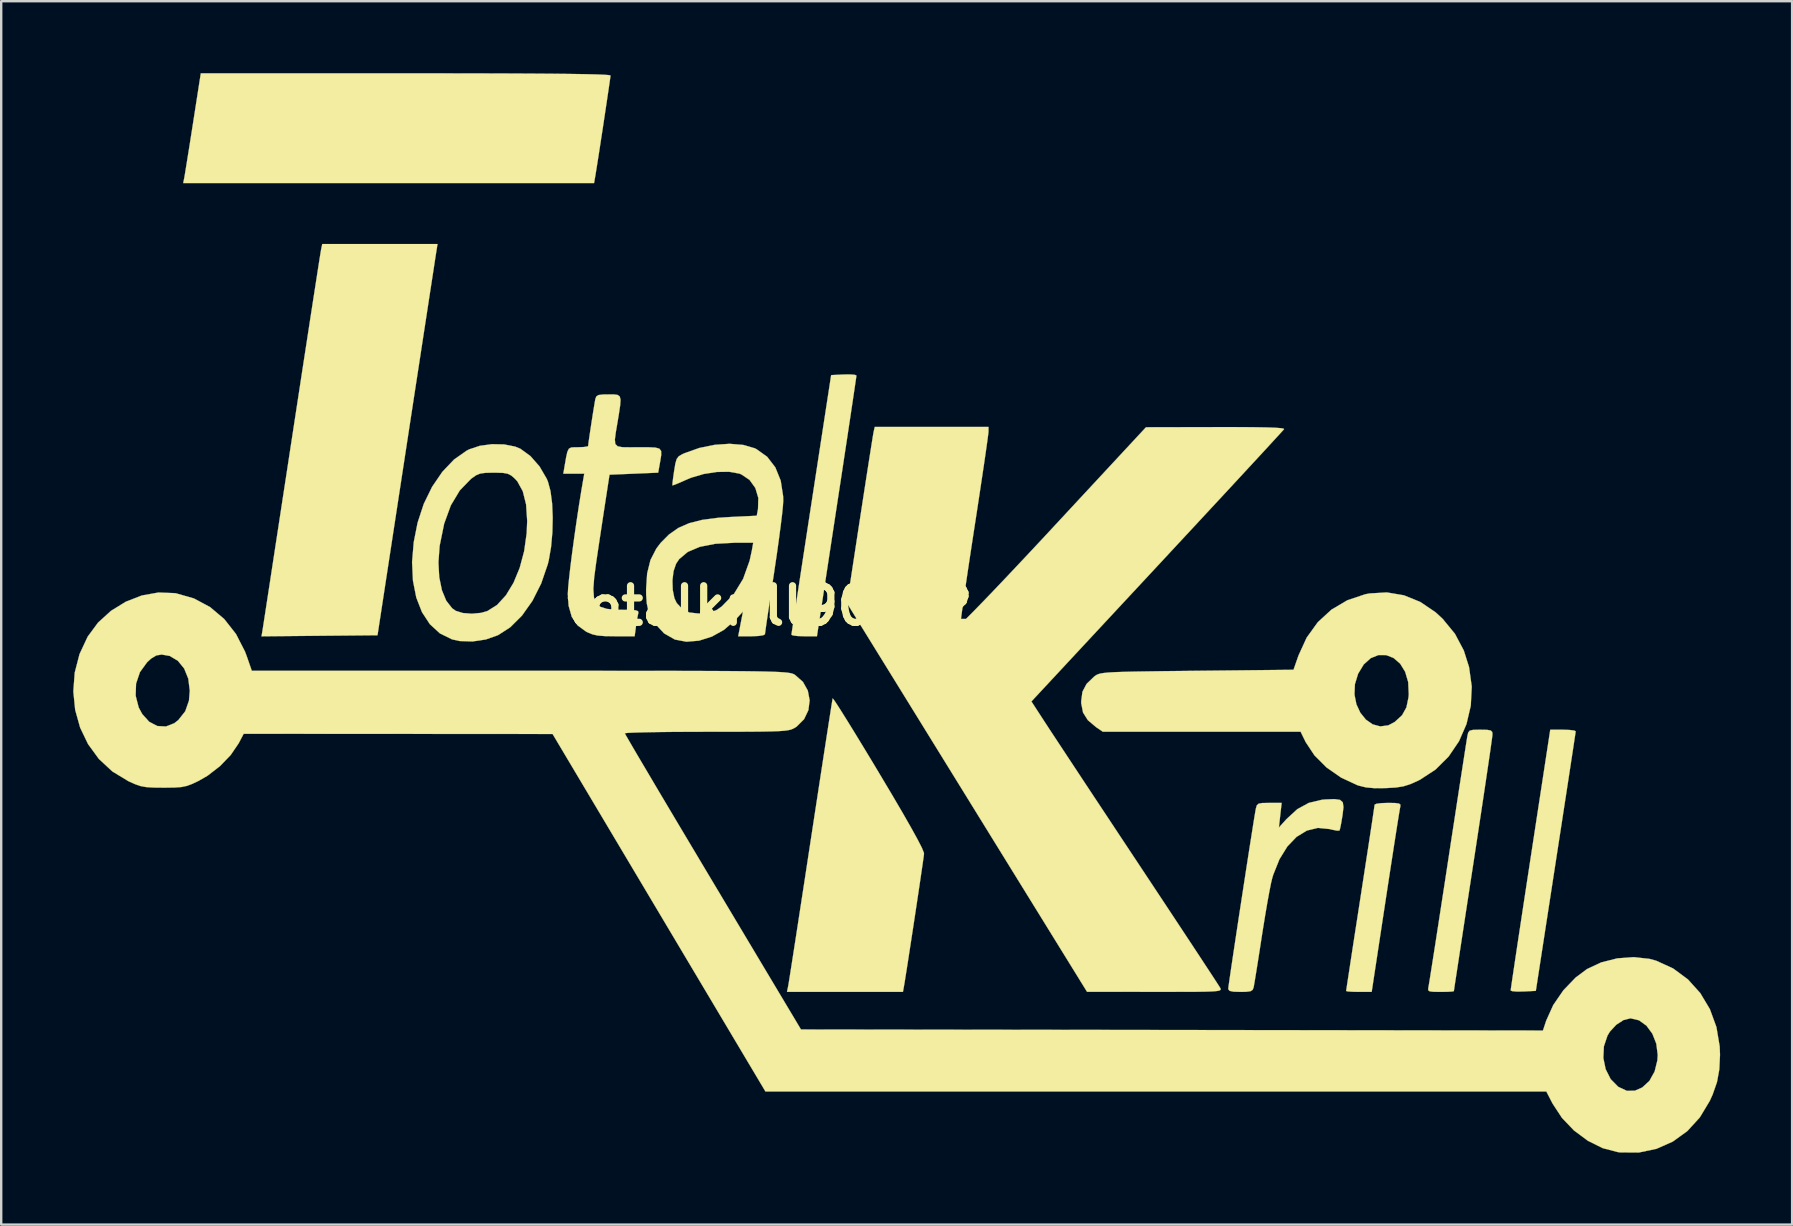
<source format=kicad_pcb>
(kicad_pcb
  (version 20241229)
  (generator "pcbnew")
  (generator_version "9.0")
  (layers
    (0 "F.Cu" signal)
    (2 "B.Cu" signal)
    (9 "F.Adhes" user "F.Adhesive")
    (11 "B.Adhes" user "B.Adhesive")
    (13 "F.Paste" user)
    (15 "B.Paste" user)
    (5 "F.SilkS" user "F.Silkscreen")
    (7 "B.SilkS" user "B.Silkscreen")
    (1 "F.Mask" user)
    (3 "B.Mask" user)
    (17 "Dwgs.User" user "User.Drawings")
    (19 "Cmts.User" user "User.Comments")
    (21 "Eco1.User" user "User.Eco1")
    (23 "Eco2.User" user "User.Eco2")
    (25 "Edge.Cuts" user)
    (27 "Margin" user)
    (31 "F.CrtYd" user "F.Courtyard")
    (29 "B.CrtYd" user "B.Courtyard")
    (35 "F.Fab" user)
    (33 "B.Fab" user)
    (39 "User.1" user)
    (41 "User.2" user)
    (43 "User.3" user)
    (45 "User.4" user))
  (footprint "totalkrill90x42_300"
    (layer "F.Cu")
    (at 31.783 22.188)
    (property "Reference" "totalkrill90x42_300" (at 0 0 0) (layer "F.SilkS") (effects (font (size 1.524 1.524) (thickness 0.3))))
    (attr through_hole)
    (fp_poly (pts (xy 0.785 -9.621) (xy 0.848 -9.593) (xy 0.836 -9.499) (xy 0.8 -9.253) (xy 0.743 -8.867) (xy 0.667 -8.357) (xy 0.574 -7.736) (xy 0.466 -7.019) (xy 0.344 -6.219) (xy 0.213 -5.351) (xy 0.072 -4.429) (xy 0.026 -4.128) (xy -0.797 1.27) (xy -1.33 1.27) (xy -1.604 1.261) (xy -1.796 1.237) (xy -1.86 1.206) (xy -1.847 1.114) (xy -1.81 0.868) (xy -1.752 0.483) (xy -1.674 -0.026) (xy -1.58 -0.646) (xy -1.471 -1.363) (xy -1.349 -2.161) (xy -1.216 -3.028) (xy -1.075 -3.948) (xy -1.031 -4.233) (xy -0.205 -9.61) (xy 0.321 -9.635) (xy 0.594 -9.638) (xy 0.785 -9.621)) (stroke (width 0.01) (type solid)) (fill yes) (layer "F.SilkS"))
    (fp_poly (pts (xy 30.561 5.174) (xy 30.752 5.198) (xy 30.815 5.228) (xy 30.802 5.321) (xy 30.765 5.566) (xy 30.707 5.951) (xy 30.629 6.461) (xy 30.535 7.081) (xy 30.425 7.797) (xy 30.302 8.596) (xy 30.169 9.462) (xy 30.027 10.382) (xy 29.983 10.668) (xy 29.154 16.044) (xy 28.632 16.07) (xy 28.359 16.073) (xy 28.169 16.056) (xy 28.106 16.027) (xy 28.118 15.934) (xy 28.154 15.687) (xy 28.211 15.302) (xy 28.287 14.792) (xy 28.38 14.171) (xy 28.489 13.453) (xy 28.61 12.654) (xy 28.742 11.786) (xy 28.883 10.864) (xy 28.929 10.562) (xy 29.755 5.165) (xy 30.287 5.165) (xy 30.561 5.174)) (stroke (width 0.01) (type solid)) (fill yes) (layer "F.SilkS"))
    (fp_poly (pts (xy -16.4 -22.182) (xy -15.032 -22.18) (xy -13.825 -22.177) (xy -12.773 -22.172) (xy -11.873 -22.166) (xy -11.12 -22.158) (xy -10.509 -22.149) (xy -10.036 -22.138) (xy -9.697 -22.125) (xy -9.486 -22.111) (xy -9.401 -22.095) (xy -9.398 -22.091) (xy -9.41 -21.989) (xy -9.444 -21.747) (xy -9.496 -21.394) (xy -9.561 -20.957) (xy -9.635 -20.464) (xy -9.713 -19.944) (xy -9.793 -19.425) (xy -9.868 -18.934) (xy -9.936 -18.499) (xy -9.992 -18.148) (xy -10.031 -17.909) (xy -10.035 -17.886) (xy -10.083 -17.611) (xy -18.641 -17.611) (xy -27.199 -17.611) (xy -27.153 -17.843) (xy -27.128 -17.99) (xy -27.081 -18.279) (xy -27.016 -18.682) (xy -26.937 -19.174) (xy -26.85 -19.728) (xy -26.787 -20.13) (xy -26.467 -22.183) (xy -17.933 -22.183) (xy -16.4 -22.182)) (stroke (width 0.01) (type solid)) (fill yes) (layer "F.SilkS"))
    (fp_poly (pts (xy 23.291 8.218) (xy 23.453 8.24) (xy 23.513 8.288) (xy 23.508 8.361) (xy 23.487 8.473) (xy 23.443 8.735) (xy 23.38 9.13) (xy 23.3 9.639) (xy 23.206 10.245) (xy 23.1 10.932) (xy 22.985 11.68) (xy 22.891 12.298) (xy 22.315 16.087) (xy 21.783 16.087) (xy 21.508 16.081) (xy 21.316 16.067) (xy 21.251 16.049) (xy 21.264 15.96) (xy 21.3 15.721) (xy 21.357 15.348) (xy 21.432 14.857) (xy 21.522 14.267) (xy 21.626 13.594) (xy 21.741 12.853) (xy 21.844 12.186) (xy 21.965 11.401) (xy 22.078 10.667) (xy 22.181 10.001) (xy 22.269 9.42) (xy 22.342 8.941) (xy 22.395 8.581) (xy 22.428 8.357) (xy 22.437 8.287) (xy 22.514 8.249) (xy 22.716 8.223) (xy 22.993 8.213) (xy 23.291 8.218)) (stroke (width 0.01) (type solid)) (fill yes) (layer "F.SilkS"))
    (fp_poly (pts (xy -16.649 -14.796) (xy -16.668 -14.673) (xy -16.711 -14.396) (xy -16.775 -13.975) (xy -16.86 -13.424) (xy -16.963 -12.753) (xy -17.082 -11.975) (xy -17.216 -11.103) (xy -17.362 -10.148) (xy -17.52 -9.122) (xy -17.686 -8.038) (xy -17.859 -6.907) (xy -17.899 -6.646) (xy -19.105 1.228) (xy -21.521 1.25) (xy -23.938 1.273) (xy -23.905 1.081) (xy -23.887 0.971) (xy -23.846 0.705) (xy -23.783 0.296) (xy -23.7 -0.244) (xy -23.599 -0.903) (xy -23.482 -1.669) (xy -23.35 -2.531) (xy -23.205 -3.476) (xy -23.05 -4.492) (xy -22.885 -5.567) (xy -22.714 -6.689) (xy -22.688 -6.858) (xy -22.515 -7.987) (xy -22.349 -9.072) (xy -22.192 -10.1) (xy -22.044 -11.059) (xy -21.909 -11.938) (xy -21.788 -12.723) (xy -21.682 -13.403) (xy -21.595 -13.966) (xy -21.527 -14.4) (xy -21.48 -14.693) (xy -21.457 -14.831) (xy -21.456 -14.838) (xy -21.407 -15.071) (xy -16.605 -15.071) (xy -16.649 -14.796)) (stroke (width 0.01) (type solid)) (fill yes) (layer "F.SilkS"))
    (fp_poly (pts (xy -0.095 3.913) (xy 0.03 4.098) (xy 0.223 4.4) (xy 0.476 4.805) (xy 0.78 5.298) (xy 1.126 5.866) (xy 1.506 6.493) (xy 1.78 6.95) (xy 2.321 7.857) (xy 2.77 8.623) (xy 3.127 9.248) (xy 3.394 9.732) (xy 3.57 10.075) (xy 3.655 10.28) (xy 3.664 10.329) (xy 3.649 10.454) (xy 3.611 10.722) (xy 3.555 11.106) (xy 3.485 11.582) (xy 3.404 12.125) (xy 3.316 12.71) (xy 3.225 13.311) (xy 3.134 13.904) (xy 3.048 14.463) (xy 2.971 14.964) (xy 2.905 15.38) (xy 2.856 15.688) (xy 2.835 15.812) (xy 2.786 16.087) (xy -2.045 16.087) (xy -1.997 15.854) (xy -1.976 15.733) (xy -1.932 15.458) (xy -1.867 15.045) (xy -1.783 14.506) (xy -1.682 13.857) (xy -1.567 13.111) (xy -1.44 12.282) (xy -1.302 11.385) (xy -1.157 10.433) (xy -1.057 9.779) (xy -0.908 8.804) (xy -0.766 7.878) (xy -0.634 7.015) (xy -0.513 6.227) (xy -0.405 5.529) (xy -0.313 4.935) (xy -0.238 4.457) (xy -0.184 4.111) (xy -0.151 3.908) (xy -0.142 3.86) (xy -0.095 3.913)) (stroke (width 0.01) (type solid)) (fill yes) (layer "F.SilkS"))
    (fp_poly (pts (xy 27.128 5.17) (xy 27.277 5.197) (xy 27.337 5.259) (xy 27.347 5.355) (xy 27.335 5.471) (xy 27.298 5.739) (xy 27.241 6.144) (xy 27.163 6.673) (xy 27.069 7.309) (xy 26.96 8.039) (xy 26.838 8.846) (xy 26.706 9.718) (xy 26.566 10.637) (xy 26.543 10.786) (xy 26.402 11.706) (xy 26.268 12.576) (xy 26.145 13.381) (xy 26.034 14.107) (xy 25.938 14.74) (xy 25.858 15.265) (xy 25.796 15.668) (xy 25.756 15.935) (xy 25.739 16.052) (xy 25.739 16.056) (xy 25.661 16.072) (xy 25.459 16.083) (xy 25.187 16.087) (xy 24.891 16.083) (xy 24.731 16.064) (xy 24.669 16.016) (xy 24.672 15.926) (xy 24.679 15.896) (xy 24.699 15.78) (xy 24.743 15.511) (xy 24.807 15.106) (xy 24.89 14.579) (xy 24.989 13.946) (xy 25.101 13.221) (xy 25.224 12.421) (xy 25.357 11.559) (xy 25.487 10.71) (xy 25.625 9.803) (xy 25.758 8.94) (xy 25.881 8.136) (xy 25.993 7.408) (xy 26.092 6.77) (xy 26.174 6.238) (xy 26.238 5.828) (xy 26.281 5.556) (xy 26.3 5.44) (xy 26.335 5.286) (xy 26.399 5.204) (xy 26.535 5.171) (xy 26.788 5.165) (xy 26.849 5.165) (xy 27.128 5.17)) (stroke (width 0.01) (type solid)) (fill yes) (layer "F.SilkS"))
    (fp_poly (pts (xy 20.996 8.087) (xy 21.112 8.189) (xy 21.139 8.388) (xy 21.102 8.71) (xy 21.094 8.762) (xy 21.045 9.054) (xy 21.001 9.271) (xy 20.971 9.368) (xy 20.97 9.368) (xy 20.875 9.369) (xy 20.675 9.331) (xy 20.555 9.302) (xy 20.074 9.254) (xy 19.614 9.366) (xy 19.186 9.627) (xy 18.803 10.027) (xy 18.474 10.558) (xy 18.213 11.208) (xy 18.171 11.349) (xy 18.119 11.567) (xy 18.049 11.922) (xy 17.965 12.382) (xy 17.874 12.916) (xy 17.781 13.492) (xy 17.739 13.758) (xy 17.652 14.323) (xy 17.571 14.84) (xy 17.5 15.283) (xy 17.444 15.626) (xy 17.407 15.841) (xy 17.397 15.896) (xy 17.355 16.003) (xy 17.264 16.06) (xy 17.08 16.083) (xy 16.847 16.087) (xy 16.556 16.078) (xy 16.4 16.045) (xy 16.343 15.98) (xy 16.341 15.952) (xy 16.353 15.844) (xy 16.389 15.59) (xy 16.444 15.211) (xy 16.516 14.727) (xy 16.601 14.16) (xy 16.696 13.531) (xy 16.798 12.86) (xy 16.904 12.169) (xy 17.01 11.479) (xy 17.113 10.81) (xy 17.21 10.184) (xy 17.299 9.622) (xy 17.374 9.144) (xy 17.434 8.772) (xy 17.476 8.527) (xy 17.491 8.445) (xy 17.528 8.317) (xy 17.601 8.247) (xy 17.753 8.218) (xy 18.028 8.213) (xy 18.052 8.213) (xy 18.564 8.213) (xy 18.506 8.726) (xy 18.448 9.24) (xy 18.763 8.891) (xy 19.215 8.475) (xy 19.695 8.212) (xy 20.238 8.083) (xy 20.39 8.069) (xy 20.764 8.055) (xy 20.996 8.087)) (stroke (width 0.01) (type solid)) (fill yes) (layer "F.SilkS"))
    (fp_poly (pts (xy -13.828 -6.722) (xy -13.372 -6.632) (xy -13.154 -6.543) (xy -12.734 -6.237) (xy -12.356 -5.807) (xy -12.058 -5.297) (xy -12.004 -5.171) (xy -11.898 -4.78) (xy -11.831 -4.267) (xy -11.806 -3.679) (xy -11.82 -3.059) (xy -11.874 -2.451) (xy -11.969 -1.9) (xy -12.009 -1.736) (xy -12.286 -0.928) (xy -12.65 -0.206) (xy -13.086 0.41) (xy -13.579 0.899) (xy -14.086 1.226) (xy -14.591 1.404) (xy -15.147 1.487) (xy -15.687 1.469) (xy -16.002 1.399) (xy -16.505 1.151) (xy -16.924 0.767) (xy -17.253 0.265) (xy -17.49 -0.344) (xy -17.628 -1.043) (xy -17.664 -1.804) (xy -16.567 -1.804) (xy -16.533 -1.19) (xy -16.423 -0.651) (xy -16.242 -0.212) (xy -15.997 0.103) (xy -15.846 0.21) (xy -15.552 0.302) (xy -15.176 0.331) (xy -14.793 0.296) (xy -14.532 0.222) (xy -14.123 -0.035) (xy -13.755 -0.436) (xy -13.438 -0.959) (xy -13.181 -1.579) (xy -12.995 -2.276) (xy -12.89 -3.026) (xy -12.869 -3.537) (xy -12.915 -4.223) (xy -13.053 -4.773) (xy -13.28 -5.185) (xy -13.381 -5.295) (xy -13.532 -5.426) (xy -13.679 -5.501) (xy -13.875 -5.536) (xy -14.174 -5.545) (xy -14.264 -5.546) (xy -14.6 -5.539) (xy -14.826 -5.508) (xy -15 -5.437) (xy -15.181 -5.309) (xy -15.211 -5.286) (xy -15.678 -4.804) (xy -16.05 -4.183) (xy -16.328 -3.421) (xy -16.512 -2.519) (xy -16.519 -2.469) (xy -16.567 -1.804) (xy -17.664 -1.804) (xy -17.665 -1.818) (xy -17.595 -2.654) (xy -17.434 -3.464) (xy -17.178 -4.244) (xy -16.829 -4.959) (xy -16.402 -5.583) (xy -15.917 -6.093) (xy -15.389 -6.464) (xy -15.282 -6.518) (xy -14.843 -6.664) (xy -14.338 -6.732) (xy -13.828 -6.722)) (stroke (width 0.01) (type solid)) (fill yes) (layer "F.SilkS"))
    (fp_poly (pts (xy 23.659 -0.436) (xy 24.341 -0.159) (xy 24.974 0.269) (xy 25.273 0.545) (xy 25.785 1.169) (xy 26.153 1.864) (xy 26.372 2.555) (xy 26.484 3.364) (xy 26.444 4.163) (xy 26.264 4.931) (xy 25.953 5.644) (xy 25.519 6.283) (xy 24.974 6.825) (xy 24.327 7.248) (xy 24.241 7.291) (xy 23.919 7.434) (xy 23.639 7.522) (xy 23.332 7.571) (xy 22.928 7.595) (xy 22.902 7.596) (xy 22.434 7.6) (xy 22.076 7.567) (xy 21.769 7.491) (xy 21.716 7.473) (xy 21.039 7.158) (xy 20.433 6.736) (xy 19.929 6.23) (xy 19.559 5.67) (xy 19.543 5.635) (xy 19.355 5.249) (xy 11.116 5.249) (xy 10.836 5.059) (xy 10.489 4.766) (xy 10.289 4.447) (xy 10.214 4.063) (xy 10.212 3.979) (xy 10.249 3.699) (xy 21.598 3.699) (xy 21.678 4.102) (xy 21.842 4.457) (xy 22.073 4.743) (xy 22.355 4.94) (xy 22.673 5.026) (xy 23.009 4.981) (xy 23.278 4.838) (xy 23.579 4.562) (xy 23.762 4.236) (xy 23.85 3.812) (xy 23.86 3.694) (xy 23.836 3.179) (xy 23.709 2.749) (xy 23.501 2.412) (xy 23.232 2.179) (xy 22.924 2.056) (xy 22.6 2.053) (xy 22.28 2.179) (xy 21.986 2.443) (xy 21.749 2.833) (xy 21.616 3.269) (xy 21.598 3.699) (xy 10.249 3.699) (xy 10.264 3.582) (xy 10.437 3.254) (xy 10.752 2.951) (xy 10.785 2.926) (xy 10.844 2.886) (xy 10.915 2.852) (xy 11.011 2.824) (xy 11.147 2.801) (xy 11.34 2.782) (xy 11.604 2.766) (xy 11.954 2.754) (xy 12.405 2.743) (xy 12.972 2.734) (xy 13.67 2.724) (xy 14.514 2.715) (xy 15.038 2.709) (xy 19.058 2.667) (xy 19.263 2.078) (xy 19.607 1.327) (xy 20.07 0.684) (xy 20.638 0.162) (xy 21.3 -0.229) (xy 22.041 -0.478) (xy 22.219 -0.513) (xy 22.946 -0.556) (xy 23.659 -0.436)) (stroke (width 0.01) (type solid)) (fill yes) (layer "F.SilkS"))
    (fp_poly (pts (xy -9.255 -8.805) (xy -9.102 -8.785) (xy -9.013 -8.721) (xy -8.98 -8.585) (xy -8.995 -8.352) (xy -9.048 -7.996) (xy -9.103 -7.662) (xy -9.178 -7.222) (xy -9.216 -6.924) (xy -9.198 -6.74) (xy -9.099 -6.643) (xy -8.9 -6.606) (xy -8.577 -6.602) (xy -8.255 -6.604) (xy -7.821 -6.604) (xy -7.532 -6.591) (xy -7.363 -6.546) (xy -7.288 -6.448) (xy -7.285 -6.279) (xy -7.327 -6.018) (xy -7.351 -5.884) (xy -7.411 -5.546) (xy -8.425 -5.503) (xy -9.439 -5.461) (xy -9.628 -4.233) (xy -9.717 -3.651) (xy -9.817 -2.99) (xy -9.916 -2.334) (xy -9.995 -1.8) (xy -10.078 -1.177) (xy -10.113 -0.701) (xy -10.088 -0.351) (xy -9.993 -0.108) (xy -9.816 0.046) (xy -9.548 0.13) (xy -9.177 0.165) (xy -8.88 0.169) (xy -8.543 0.173) (xy -8.344 0.189) (xy -8.252 0.225) (xy -8.235 0.287) (xy -8.242 0.318) (xy -8.278 0.489) (xy -8.321 0.748) (xy -8.338 0.868) (xy -8.392 1.27) (xy -9.221 1.27) (xy -9.635 1.264) (xy -9.93 1.24) (xy -10.153 1.19) (xy -10.356 1.106) (xy -10.417 1.075) (xy -10.772 0.815) (xy -11.011 0.463) (xy -11.143 0.001) (xy -11.176 -0.486) (xy -11.163 -0.737) (xy -11.125 -1.128) (xy -11.068 -1.63) (xy -10.994 -2.215) (xy -10.907 -2.856) (xy -10.811 -3.524) (xy -10.71 -4.192) (xy -10.607 -4.831) (xy -10.539 -5.228) (xy -10.491 -5.503) (xy -11.364 -5.503) (xy -11.31 -5.821) (xy -11.247 -6.185) (xy -11.195 -6.415) (xy -11.133 -6.541) (xy -11.038 -6.594) (xy -10.888 -6.605) (xy -10.746 -6.604) (xy -10.507 -6.614) (xy -10.356 -6.639) (xy -10.329 -6.657) (xy -10.317 -6.768) (xy -10.284 -7.003) (xy -10.237 -7.32) (xy -10.183 -7.675) (xy -10.128 -8.028) (xy -10.078 -8.334) (xy -10.041 -8.551) (xy -10.029 -8.615) (xy -9.988 -8.722) (xy -9.898 -8.779) (xy -9.715 -8.802) (xy -9.481 -8.805) (xy -9.255 -8.805)) (stroke (width 0.01) (type solid)) (fill yes) (layer "F.SilkS"))
    (fp_poly (pts (xy 6.35 -7.254) (xy 6.337 -7.131) (xy 6.301 -6.859) (xy 6.244 -6.456) (xy 6.169 -5.937) (xy 6.077 -5.323) (xy 5.973 -4.629) (xy 5.858 -3.874) (xy 5.756 -3.211) (xy 5.635 -2.422) (xy 5.523 -1.682) (xy 5.423 -1.01) (xy 5.337 -0.421) (xy 5.268 0.066) (xy 5.218 0.435) (xy 5.189 0.669) (xy 5.184 0.748) (xy 5.244 0.707) (xy 5.409 0.551) (xy 5.67 0.291) (xy 6.017 -0.065) (xy 6.442 -0.505) (xy 6.933 -1.021) (xy 7.483 -1.603) (xy 8.082 -2.24) (xy 8.719 -2.922) (xy 9.059 -3.288) (xy 12.912 -7.438) (xy 15.816 -7.444) (xy 16.669 -7.444) (xy 17.36 -7.44) (xy 17.897 -7.431) (xy 18.286 -7.418) (xy 18.536 -7.399) (xy 18.654 -7.376) (xy 18.665 -7.359) (xy 18.6 -7.285) (xy 18.428 -7.096) (xy 18.157 -6.801) (xy 17.796 -6.408) (xy 17.352 -5.928) (xy 16.833 -5.367) (xy 16.249 -4.736) (xy 15.606 -4.044) (xy 14.915 -3.299) (xy 14.181 -2.51) (xy 13.415 -1.685) (xy 13.373 -1.64) (xy 8.138 3.987) (xy 8.755 4.936) (xy 8.907 5.169) (xy 9.144 5.528) (xy 9.455 6) (xy 9.831 6.57) (xy 10.262 7.223) (xy 10.74 7.946) (xy 11.255 8.723) (xy 11.796 9.541) (xy 12.356 10.386) (xy 12.645 10.822) (xy 13.192 11.648) (xy 13.713 12.435) (xy 14.2 13.172) (xy 14.645 13.846) (xy 15.041 14.446) (xy 15.379 14.961) (xy 15.653 15.378) (xy 15.853 15.685) (xy 15.973 15.872) (xy 16.005 15.923) (xy 16.024 15.967) (xy 16.018 16.003) (xy 15.97 16.031) (xy 15.864 16.051) (xy 15.683 16.066) (xy 15.411 16.076) (xy 15.032 16.082) (xy 14.529 16.084) (xy 13.886 16.085) (xy 13.274 16.085) (xy 10.456 16.083) (xy 5.457 7.99) (xy 0.458 -0.103) (xy 0.991 -3.586) (xy 1.107 -4.34) (xy 1.216 -5.048) (xy 1.316 -5.689) (xy 1.403 -6.246) (xy 1.475 -6.7) (xy 1.528 -7.033) (xy 1.561 -7.225) (xy 1.568 -7.26) (xy 1.612 -7.451) (xy 6.35 -7.451) (xy 6.35 -7.254)) (stroke (width 0.01) (type solid)) (fill yes) (layer "F.SilkS"))
    (fp_poly (pts (xy -3.866 -6.701) (xy -3.389 -6.562) (xy -3.323 -6.53) (xy -2.871 -6.208) (xy -2.53 -5.765) (xy -2.306 -5.213) (xy -2.206 -4.567) (xy -2.201 -4.376) (xy -2.214 -4.163) (xy -2.25 -3.809) (xy -2.307 -3.341) (xy -2.38 -2.784) (xy -2.466 -2.166) (xy -2.563 -1.513) (xy -2.582 -1.383) (xy -2.678 -0.752) (xy -2.766 -0.174) (xy -2.841 0.328) (xy -2.901 0.735) (xy -2.942 1.024) (xy -2.962 1.173) (xy -2.963 1.188) (xy -3.041 1.23) (xy -3.243 1.259) (xy -3.52 1.27) (xy -4.077 1.27) (xy -4.028 1.016) (xy -3.974 0.733) (xy -3.929 0.501) (xy -3.878 0.24) (xy -4.234 0.626) (xy -4.672 1.005) (xy -5.176 1.285) (xy -5.708 1.453) (xy -6.233 1.498) (xy -6.711 1.408) (xy -6.719 1.405) (xy -7.167 1.149) (xy -7.537 0.749) (xy -7.724 0.428) (xy -7.828 0.174) (xy -7.887 -0.101) (xy -7.912 -0.457) (xy -7.915 -0.677) (xy -7.89 -1.056) (xy -6.818 -1.056) (xy -6.805 -0.66) (xy -6.735 -0.313) (xy -6.638 -0.112) (xy -6.396 0.143) (xy -6.113 0.281) (xy -5.741 0.322) (xy -5.568 0.316) (xy -5.229 0.273) (xy -4.974 0.175) (xy -4.764 0.029) (xy -4.261 -0.484) (xy -3.873 -1.12) (xy -3.601 -1.879) (xy -3.508 -2.307) (xy -3.452 -2.625) (xy -4.248 -2.625) (xy -5.038 -2.582) (xy -5.681 -2.455) (xy -6.18 -2.243) (xy -6.535 -1.945) (xy -6.666 -1.75) (xy -6.772 -1.44) (xy -6.818 -1.056) (xy -7.89 -1.056) (xy -7.871 -1.349) (xy -7.732 -1.908) (xy -7.487 -2.385) (xy -7.308 -2.62) (xy -6.96 -2.971) (xy -6.573 -3.242) (xy -6.121 -3.441) (xy -5.576 -3.579) (xy -4.912 -3.666) (xy -4.383 -3.7) (xy -3.305 -3.751) (xy -3.252 -4.034) (xy -3.239 -4.491) (xy -3.363 -4.906) (xy -3.606 -5.245) (xy -3.951 -5.476) (xy -4.036 -5.508) (xy -4.457 -5.583) (xy -4.967 -5.575) (xy -5.511 -5.491) (xy -6.034 -5.337) (xy -6.215 -5.262) (xy -6.496 -5.137) (xy -6.708 -5.049) (xy -6.813 -5.015) (xy -6.818 -5.016) (xy -6.815 -5.104) (xy -6.79 -5.314) (xy -6.749 -5.603) (xy -6.746 -5.621) (xy -6.695 -5.929) (xy -6.64 -6.115) (xy -6.554 -6.228) (xy -6.408 -6.314) (xy -6.305 -6.36) (xy -5.697 -6.575) (xy -5.06 -6.705) (xy -4.437 -6.748) (xy -3.866 -6.701)) (stroke (width 0.01) (type solid)) (fill yes) (layer "F.SilkS"))
    (fp_poly (pts (xy -27.547 -0.526) (xy -27.498 -0.518) (xy -26.75 -0.304) (xy -26.076 0.058) (xy -25.49 0.554) (xy -25.001 1.176) (xy -24.624 1.911) (xy -24.54 2.138) (xy -24.342 2.709) (xy -13.166 2.71) (xy -11.564 2.71) (xy -10.122 2.71) (xy -8.832 2.711) (xy -7.686 2.711) (xy -6.674 2.713) (xy -5.788 2.715) (xy -5.018 2.718) (xy -4.357 2.722) (xy -3.796 2.727) (xy -3.325 2.733) (xy -2.936 2.741) (xy -2.621 2.75) (xy -2.371 2.76) (xy -2.176 2.773) (xy -2.029 2.787) (xy -1.92 2.803) (xy -1.841 2.821) (xy -1.784 2.841) (xy -1.738 2.864) (xy -1.714 2.878) (xy -1.381 3.169) (xy -1.177 3.535) (xy -1.101 3.941) (xy -1.153 4.349) (xy -1.333 4.725) (xy -1.641 5.033) (xy -1.714 5.08) (xy -1.79 5.122) (xy -1.877 5.157) (xy -1.992 5.184) (xy -2.153 5.206) (xy -2.375 5.222) (xy -2.675 5.233) (xy -3.071 5.241) (xy -3.578 5.246) (xy -4.214 5.248) (xy -4.995 5.249) (xy -5.397 5.249) (xy -6.138 5.251) (xy -6.824 5.255) (xy -7.435 5.262) (xy -7.956 5.271) (xy -8.367 5.282) (xy -8.651 5.294) (xy -8.791 5.308) (xy -8.802 5.313) (xy -8.759 5.394) (xy -8.635 5.609) (xy -8.438 5.948) (xy -8.172 6.4) (xy -7.844 6.954) (xy -7.462 7.601) (xy -7.03 8.328) (xy -6.556 9.125) (xy -6.045 9.982) (xy -5.505 10.887) (xy -5.13 11.515) (xy -1.462 17.653) (xy 13.994 17.674) (xy 29.45 17.696) (xy 29.589 17.278) (xy 29.88 16.634) (xy 30.3 16.022) (xy 30.811 15.49) (xy 31.284 15.137) (xy 31.879 14.858) (xy 32.547 14.69) (xy 33.236 14.639) (xy 33.894 14.712) (xy 34.169 14.788) (xy 34.875 15.111) (xy 35.491 15.567) (xy 36.005 16.137) (xy 36.405 16.805) (xy 36.678 17.552) (xy 36.814 18.359) (xy 36.827 18.711) (xy 36.798 19.319) (xy 36.702 19.843) (xy 36.522 20.36) (xy 36.402 20.626) (xy 35.988 21.314) (xy 35.468 21.884) (xy 34.859 22.324) (xy 34.179 22.625) (xy 33.444 22.779) (xy 32.672 22.774) (xy 32.577 22.763) (xy 31.943 22.598) (xy 31.321 22.289) (xy 30.743 21.86) (xy 30.242 21.335) (xy 29.851 20.739) (xy 29.842 20.722) (xy 29.591 20.236) (xy -2.943 20.235) (xy -3.774 18.84) (xy 31.966 18.84) (xy 32.063 19.307) (xy 32.271 19.72) (xy 32.58 20.034) (xy 32.595 20.045) (xy 32.941 20.207) (xy 33.278 20.205) (xy 33.588 20.069) (xy 33.886 19.795) (xy 34.103 19.404) (xy 34.218 18.94) (xy 34.232 18.711) (xy 34.173 18.244) (xy 34.009 17.829) (xy 33.763 17.495) (xy 33.455 17.272) (xy 33.106 17.188) (xy 33.096 17.188) (xy 32.805 17.261) (xy 32.504 17.457) (xy 32.243 17.739) (xy 32.14 17.907) (xy 31.989 18.359) (xy 31.966 18.84) (xy -3.774 18.84) (xy -11.811 5.342) (xy -18.246 5.338) (xy -24.681 5.334) (xy -24.892 5.734) (xy -25.22 6.216) (xy -25.666 6.679) (xy -26.182 7.078) (xy -26.556 7.294) (xy -26.828 7.423) (xy -27.05 7.505) (xy -27.275 7.552) (xy -27.554 7.572) (xy -27.941 7.578) (xy -28.023 7.578) (xy -28.438 7.574) (xy -28.736 7.555) (xy -28.972 7.513) (xy -29.198 7.436) (xy -29.468 7.315) (xy -29.486 7.307) (xy -30.153 6.902) (xy -30.714 6.381) (xy -31.163 5.766) (xy -31.494 5.078) (xy -31.701 4.338) (xy -31.76 3.745) (xy -29.182 3.745) (xy -29.054 4.239) (xy -28.907 4.512) (xy -28.615 4.835) (xy -28.278 5.01) (xy -27.922 5.03) (xy -27.573 4.894) (xy -27.403 4.761) (xy -27.115 4.395) (xy -26.96 3.952) (xy -26.926 3.538) (xy -26.989 3.036) (xy -27.161 2.613) (xy -27.425 2.29) (xy -27.764 2.09) (xy -28.098 2.032) (xy -28.323 2.07) (xy -28.542 2.204) (xy -28.704 2.353) (xy -29.003 2.765) (xy -29.164 3.242) (xy -29.182 3.745) (xy -31.76 3.745) (xy -31.778 3.566) (xy -31.719 2.783) (xy -31.519 2.012) (xy -31.179 1.285) (xy -30.749 0.702) (xy -30.21 0.212) (xy -29.592 -0.169) (xy -28.923 -0.429) (xy -28.231 -0.552) (xy -27.547 -0.526)) (stroke (width 0.01) (type solid)) (fill yes) (layer "F.SilkS")))
  (gr_rect
    (start -3 -3)
    (end 71.615 47.971)
    (stroke (width 0.1) (type default))
    (fill no)
    (layer "Edge.Cuts")))
</source>
